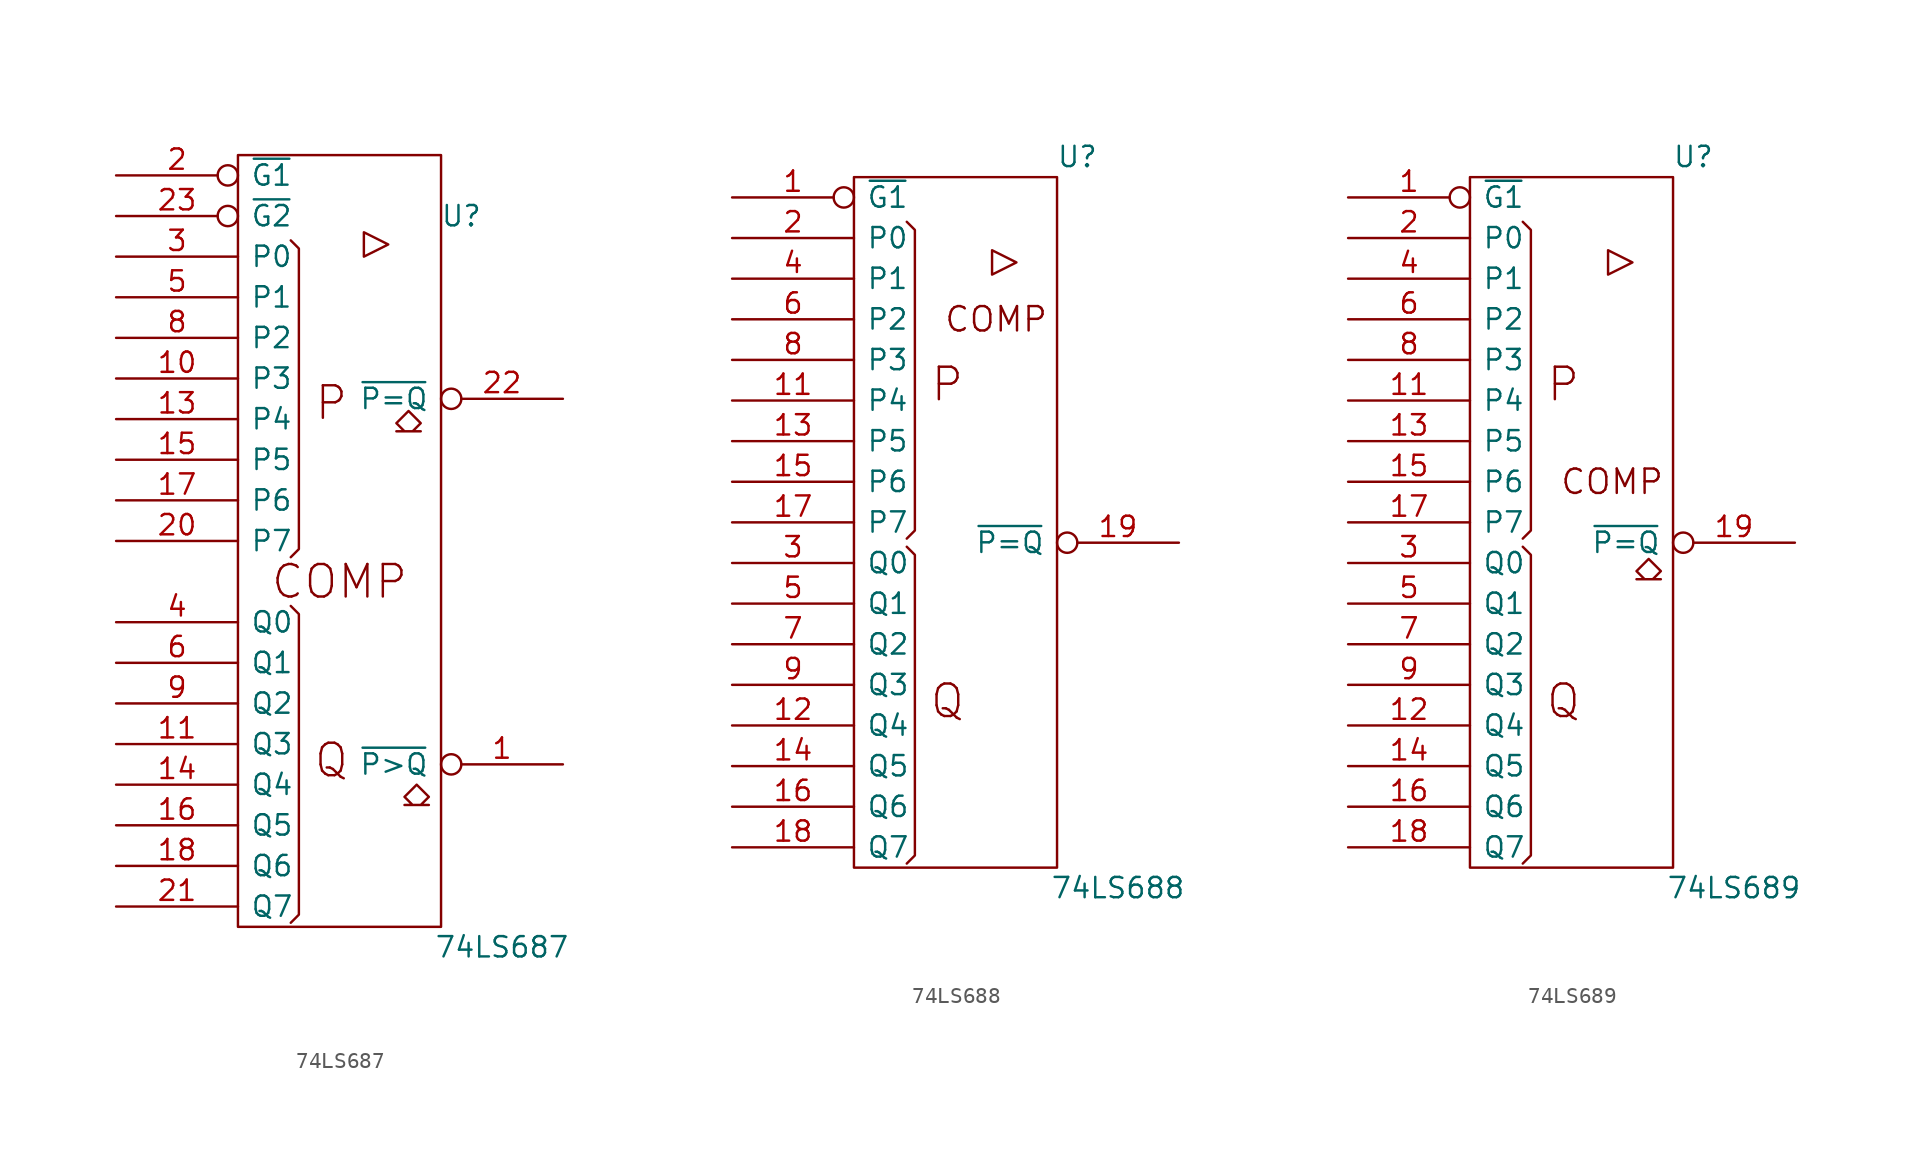
<source format=kicad_sym>
(kicad_symbol_lib
  (version 20201005)
  (generator kicad_symbol_editor)
  (symbol "74xx_IEEE:74LS687"
    (pin_names
      (offset 0.762))
    (property "Reference" "U"
      (at 7.62 22.86 0)
      (effects (font (size 1.27 1.27))))
    (property "Value" "74LS687"
      (at 10.16 -22.86 0)
      (effects (font (size 1.27 1.27))))
    (symbol "74LS687_0_0"
      (text "COMP" (at 0 0 0) (effects (font (size 2.032 2.032))))
      (text "P" (at -0.508 11.176 0) (effects (font (size 2.032 2.032))))
      (text "Q" (at -0.508 -11.176 0) (effects (font (size 2.032 2.032))))
      (rectangle (start -6.35 26.67) (end 6.35 -21.59) (stroke (width 0)) (fill (type none)))
      (polyline (pts (xy 1.524 21.844) (xy 1.524 20.32) (xy 3.048 21.082) (xy 1.524 21.844) (xy 1.524 21.844)) (stroke (width 0)) (fill (type none)))
      (polyline (pts (xy 4.318 10.668) (xy 5.08 9.906) (xy 4.572 9.398) (xy 5.08 9.398) (xy 3.556 9.398) (xy 4.064 9.398) (xy 3.556 9.906) (xy 4.318 10.668) (xy 4.318 10.668)) (stroke (width 0)) (fill (type none)))
      (polyline (pts (xy 4.826 -12.7) (xy 5.588 -13.462) (xy 5.08 -13.97) (xy 5.588 -13.97) (xy 4.064 -13.97) (xy 4.572 -13.97) (xy 4.064 -13.462) (xy 4.826 -12.7) (xy 4.826 -12.7)) (stroke (width 0)) (fill (type none))))
    (symbol "74LS687_0_1"
      (polyline (pts (xy -3.048 -1.524) (xy -2.54 -2.032) (xy -2.54 -20.828) (xy -3.048 -21.336) (xy -3.048 -21.336)) (stroke (width 0)) (fill (type none)))
      (polyline (pts (xy -3.048 21.336) (xy -2.54 20.828) (xy -2.54 2.032) (xy -3.048 1.524) (xy -3.048 1.524)) (stroke (width 0)) (fill (type none))))
    (symbol "74LS687_1_1"
      (pin output inverted (at 13.97 -11.43 180) (length 7.62) (name "~P>Q" (effects (font (size 1.27 1.27)))) (number "1" (effects (font (size 1.27 1.27)))))
      (pin input line (at -13.97 12.7 0) (length 7.62) (name "P3" (effects (font (size 1.27 1.27)))) (number "10" (effects (font (size 1.27 1.27)))))
      (pin input line (at -13.97 -10.16 0) (length 7.62) (name "Q3" (effects (font (size 1.27 1.27)))) (number "11" (effects (font (size 1.27 1.27)))))
      (pin power_in line (at 0 -21.59 90) (length 0) hide (name "Gnd" (effects (font (size 1.27 1.27)))) (number "12" (effects (font (size 1.27 1.27)))))
      (pin input line (at -13.97 10.16 0) (length 7.62) (name "P4" (effects (font (size 1.27 1.27)))) (number "13" (effects (font (size 1.27 1.27)))))
      (pin input line (at -13.97 -12.7 0) (length 7.62) (name "Q4" (effects (font (size 1.27 1.27)))) (number "14" (effects (font (size 1.27 1.27)))))
      (pin input line (at -13.97 7.62 0) (length 7.62) (name "P5" (effects (font (size 1.27 1.27)))) (number "15" (effects (font (size 1.27 1.27)))))
      (pin input line (at -13.97 -15.24 0) (length 7.62) (name "Q5" (effects (font (size 1.27 1.27)))) (number "16" (effects (font (size 1.27 1.27)))))
      (pin input line (at -13.97 5.08 0) (length 7.62) (name "P6" (effects (font (size 1.27 1.27)))) (number "17" (effects (font (size 1.27 1.27)))))
      (pin input line (at -13.97 -17.78 0) (length 7.62) (name "Q6" (effects (font (size 1.27 1.27)))) (number "18" (effects (font (size 1.27 1.27)))))
      (pin input inverted (at -13.97 25.4 0) (length 7.62) (name "~G1" (effects (font (size 1.27 1.27)))) (number "2" (effects (font (size 1.27 1.27)))))
      (pin input line (at -13.97 2.54 0) (length 7.62) (name "P7" (effects (font (size 1.27 1.27)))) (number "20" (effects (font (size 1.27 1.27)))))
      (pin input line (at -13.97 -20.32 0) (length 7.62) (name "Q7" (effects (font (size 1.27 1.27)))) (number "21" (effects (font (size 1.27 1.27)))))
      (pin output inverted (at 13.97 11.43 180) (length 7.62) (name "~P=Q" (effects (font (size 1.27 1.27)))) (number "22" (effects (font (size 1.27 1.27)))))
      (pin input inverted (at -13.97 22.86 0) (length 7.62) (name "~G2" (effects (font (size 1.27 1.27)))) (number "23" (effects (font (size 1.27 1.27)))))
      (pin power_in line (at 0 26.67 270) (length 0) hide (name "Vcc" (effects (font (size 1.27 1.27)))) (number "24" (effects (font (size 1.27 1.27)))))
      (pin input line (at -13.97 20.32 0) (length 7.62) (name "P0" (effects (font (size 1.27 1.27)))) (number "3" (effects (font (size 1.27 1.27)))))
      (pin input line (at -13.97 -2.54 0) (length 7.62) (name "Q0" (effects (font (size 1.27 1.27)))) (number "4" (effects (font (size 1.27 1.27)))))
      (pin input line (at -13.97 17.78 0) (length 7.62) (name "P1" (effects (font (size 1.27 1.27)))) (number "5" (effects (font (size 1.27 1.27)))))
      (pin input line (at -13.97 -5.08 0) (length 7.62) (name "Q1" (effects (font (size 1.27 1.27)))) (number "6" (effects (font (size 1.27 1.27)))))
      (pin input line (at -13.97 15.24 0) (length 7.62) (name "P2" (effects (font (size 1.27 1.27)))) (number "8" (effects (font (size 1.27 1.27)))))
      (pin input line (at -13.97 -7.62 0) (length 7.62) (name "Q2" (effects (font (size 1.27 1.27)))) (number "9" (effects (font (size 1.27 1.27)))))))
  (symbol "74xx_IEEE:74LS688"
    (pin_names
      (offset 0.762))
    (property "Reference" "U"
      (at 7.62 22.86 0)
      (effects (font (size 1.27 1.27))))
    (property "Value" "74LS688"
      (at 10.16 -22.86 0)
      (effects (font (size 1.27 1.27))))
    (symbol "74LS688_0_0"
      (text "COMP" (at 2.54 12.7 0) (effects (font (size 1.524 1.524))))
      (text "P" (at -0.508 8.636 0) (effects (font (size 2.032 2.032))))
      (text "Q" (at -0.508 -11.176 0) (effects (font (size 2.032 2.032))))
      (polyline (pts (xy 2.286 17.018) (xy 2.286 15.494) (xy 3.81 16.256) (xy 2.286 17.018) (xy 2.286 17.018)) (stroke (width 0)) (fill (type none))))
    (symbol "74LS688_0_1"
      (rectangle (start -6.35 21.59) (end 6.35 -21.59) (stroke (width 0)) (fill (type none)))
      (polyline (pts (xy -3.048 -1.524) (xy -2.54 -2.032) (xy -2.54 -20.828) (xy -3.048 -21.336) (xy -3.048 -21.336)) (stroke (width 0)) (fill (type none)))
      (polyline (pts (xy -3.048 18.796) (xy -2.54 18.288) (xy -2.54 -0.508) (xy -3.048 -1.016) (xy -3.048 -1.016)) (stroke (width 0)) (fill (type none))))
    (symbol "74LS688_1_1"
      (pin output inverted (at -13.97 20.32 0) (length 7.62) (name "~G1" (effects (font (size 1.27 1.27)))) (number "1" (effects (font (size 1.27 1.27)))))
      (pin power_in line (at 0 -21.59 90) (length 0) hide (name "Gnd" (effects (font (size 1.27 1.27)))) (number "10" (effects (font (size 1.27 1.27)))))
      (pin input line (at -13.97 7.62 0) (length 7.62) (name "P4" (effects (font (size 1.27 1.27)))) (number "11" (effects (font (size 1.27 1.27)))))
      (pin input line (at -13.97 -12.7 0) (length 7.62) (name "Q4" (effects (font (size 1.27 1.27)))) (number "12" (effects (font (size 1.27 1.27)))))
      (pin input line (at -13.97 5.08 0) (length 7.62) (name "P5" (effects (font (size 1.27 1.27)))) (number "13" (effects (font (size 1.27 1.27)))))
      (pin input line (at -13.97 -15.24 0) (length 7.62) (name "Q5" (effects (font (size 1.27 1.27)))) (number "14" (effects (font (size 1.27 1.27)))))
      (pin input line (at -13.97 2.54 0) (length 7.62) (name "P6" (effects (font (size 1.27 1.27)))) (number "15" (effects (font (size 1.27 1.27)))))
      (pin input line (at -13.97 -17.78 0) (length 7.62) (name "Q6" (effects (font (size 1.27 1.27)))) (number "16" (effects (font (size 1.27 1.27)))))
      (pin input line (at -13.97 0 0) (length 7.62) (name "P7" (effects (font (size 1.27 1.27)))) (number "17" (effects (font (size 1.27 1.27)))))
      (pin input line (at -13.97 -20.32 0) (length 7.62) (name "Q7" (effects (font (size 1.27 1.27)))) (number "18" (effects (font (size 1.27 1.27)))))
      (pin output inverted (at 13.97 -1.27 180) (length 7.62) (name "~P=Q" (effects (font (size 1.27 1.27)))) (number "19" (effects (font (size 1.27 1.27)))))
      (pin input line (at -13.97 17.78 0) (length 7.62) (name "P0" (effects (font (size 1.27 1.27)))) (number "2" (effects (font (size 1.27 1.27)))))
      (pin power_in line (at 0 21.59 270) (length 0) hide (name "Vcc" (effects (font (size 1.27 1.27)))) (number "20" (effects (font (size 1.27 1.27)))))
      (pin input line (at -13.97 -2.54 0) (length 7.62) (name "Q0" (effects (font (size 1.27 1.27)))) (number "3" (effects (font (size 1.27 1.27)))))
      (pin input line (at -13.97 15.24 0) (length 7.62) (name "P1" (effects (font (size 1.27 1.27)))) (number "4" (effects (font (size 1.27 1.27)))))
      (pin input line (at -13.97 -5.08 0) (length 7.62) (name "Q1" (effects (font (size 1.27 1.27)))) (number "5" (effects (font (size 1.27 1.27)))))
      (pin input line (at -13.97 12.7 0) (length 7.62) (name "P2" (effects (font (size 1.27 1.27)))) (number "6" (effects (font (size 1.27 1.27)))))
      (pin input line (at -13.97 -7.62 0) (length 7.62) (name "Q2" (effects (font (size 1.27 1.27)))) (number "7" (effects (font (size 1.27 1.27)))))
      (pin input line (at -13.97 10.16 0) (length 7.62) (name "P3" (effects (font (size 1.27 1.27)))) (number "8" (effects (font (size 1.27 1.27)))))
      (pin input line (at -13.97 -10.16 0) (length 7.62) (name "Q3" (effects (font (size 1.27 1.27)))) (number "9" (effects (font (size 1.27 1.27)))))))
  (symbol "74xx_IEEE:74LS689"
    (pin_names
      (offset 0.762))
    (property "Reference" "U"
      (at 7.62 22.86 0)
      (effects (font (size 1.27 1.27))))
    (property "Value" "74LS689"
      (at 10.16 -22.86 0)
      (effects (font (size 1.27 1.27))))
    (symbol "74LS689_0_0"
      (text "COMP" (at 2.54 2.54 0) (effects (font (size 1.524 1.524))))
      (text "P" (at -0.508 8.636 0) (effects (font (size 2.032 2.032))))
      (text "Q" (at -0.508 -11.176 0) (effects (font (size 2.032 2.032))))
      (polyline (pts (xy 2.286 17.018) (xy 2.286 15.494) (xy 3.81 16.256) (xy 2.286 17.018) (xy 2.286 17.018)) (stroke (width 0)) (fill (type none)))
      (polyline (pts (xy 4.826 -2.286) (xy 5.588 -3.048) (xy 5.08 -3.556) (xy 5.588 -3.556) (xy 4.064 -3.556) (xy 4.572 -3.556) (xy 4.064 -3.048) (xy 4.826 -2.286) (xy 4.826 -2.286)) (stroke (width 0)) (fill (type none))))
    (symbol "74LS689_0_1"
      (rectangle (start -6.35 21.59) (end 6.35 -21.59) (stroke (width 0)) (fill (type none)))
      (polyline (pts (xy -3.048 -1.524) (xy -2.54 -2.032) (xy -2.54 -20.828) (xy -3.048 -21.336) (xy -3.048 -21.336)) (stroke (width 0)) (fill (type none)))
      (polyline (pts (xy -3.048 18.796) (xy -2.54 18.288) (xy -2.54 -0.508) (xy -3.048 -1.016) (xy -3.048 -1.016)) (stroke (width 0)) (fill (type none))))
    (symbol "74LS689_1_1"
      (pin output inverted (at -13.97 20.32 0) (length 7.62) (name "~G1" (effects (font (size 1.27 1.27)))) (number "1" (effects (font (size 1.27 1.27)))))
      (pin power_in line (at 0 -21.59 90) (length 0) hide (name "Gnd" (effects (font (size 1.27 1.27)))) (number "10" (effects (font (size 1.27 1.27)))))
      (pin input line (at -13.97 7.62 0) (length 7.62) (name "P4" (effects (font (size 1.27 1.27)))) (number "11" (effects (font (size 1.27 1.27)))))
      (pin input line (at -13.97 -12.7 0) (length 7.62) (name "Q4" (effects (font (size 1.27 1.27)))) (number "12" (effects (font (size 1.27 1.27)))))
      (pin input line (at -13.97 5.08 0) (length 7.62) (name "P5" (effects (font (size 1.27 1.27)))) (number "13" (effects (font (size 1.27 1.27)))))
      (pin input line (at -13.97 -15.24 0) (length 7.62) (name "Q5" (effects (font (size 1.27 1.27)))) (number "14" (effects (font (size 1.27 1.27)))))
      (pin input line (at -13.97 2.54 0) (length 7.62) (name "P6" (effects (font (size 1.27 1.27)))) (number "15" (effects (font (size 1.27 1.27)))))
      (pin input line (at -13.97 -17.78 0) (length 7.62) (name "Q6" (effects (font (size 1.27 1.27)))) (number "16" (effects (font (size 1.27 1.27)))))
      (pin input line (at -13.97 0 0) (length 7.62) (name "P7" (effects (font (size 1.27 1.27)))) (number "17" (effects (font (size 1.27 1.27)))))
      (pin input line (at -13.97 -20.32 0) (length 7.62) (name "Q7" (effects (font (size 1.27 1.27)))) (number "18" (effects (font (size 1.27 1.27)))))
      (pin output inverted (at 13.97 -1.27 180) (length 7.62) (name "~P=Q" (effects (font (size 1.27 1.27)))) (number "19" (effects (font (size 1.27 1.27)))))
      (pin input line (at -13.97 17.78 0) (length 7.62) (name "P0" (effects (font (size 1.27 1.27)))) (number "2" (effects (font (size 1.27 1.27)))))
      (pin power_in line (at 0 21.59 270) (length 0) hide (name "Vcc" (effects (font (size 1.27 1.27)))) (number "20" (effects (font (size 1.27 1.27)))))
      (pin input line (at -13.97 -2.54 0) (length 7.62) (name "Q0" (effects (font (size 1.27 1.27)))) (number "3" (effects (font (size 1.27 1.27)))))
      (pin input line (at -13.97 15.24 0) (length 7.62) (name "P1" (effects (font (size 1.27 1.27)))) (number "4" (effects (font (size 1.27 1.27)))))
      (pin input line (at -13.97 -5.08 0) (length 7.62) (name "Q1" (effects (font (size 1.27 1.27)))) (number "5" (effects (font (size 1.27 1.27)))))
      (pin input line (at -13.97 12.7 0) (length 7.62) (name "P2" (effects (font (size 1.27 1.27)))) (number "6" (effects (font (size 1.27 1.27)))))
      (pin input line (at -13.97 -7.62 0) (length 7.62) (name "Q2" (effects (font (size 1.27 1.27)))) (number "7" (effects (font (size 1.27 1.27)))))
      (pin input line (at -13.97 10.16 0) (length 7.62) (name "P3" (effects (font (size 1.27 1.27)))) (number "8" (effects (font (size 1.27 1.27)))))
      (pin input line (at -13.97 -10.16 0) (length 7.62) (name "Q3" (effects (font (size 1.27 1.27)))) (number "9" (effects (font (size 1.27 1.27))))))))
</source>
